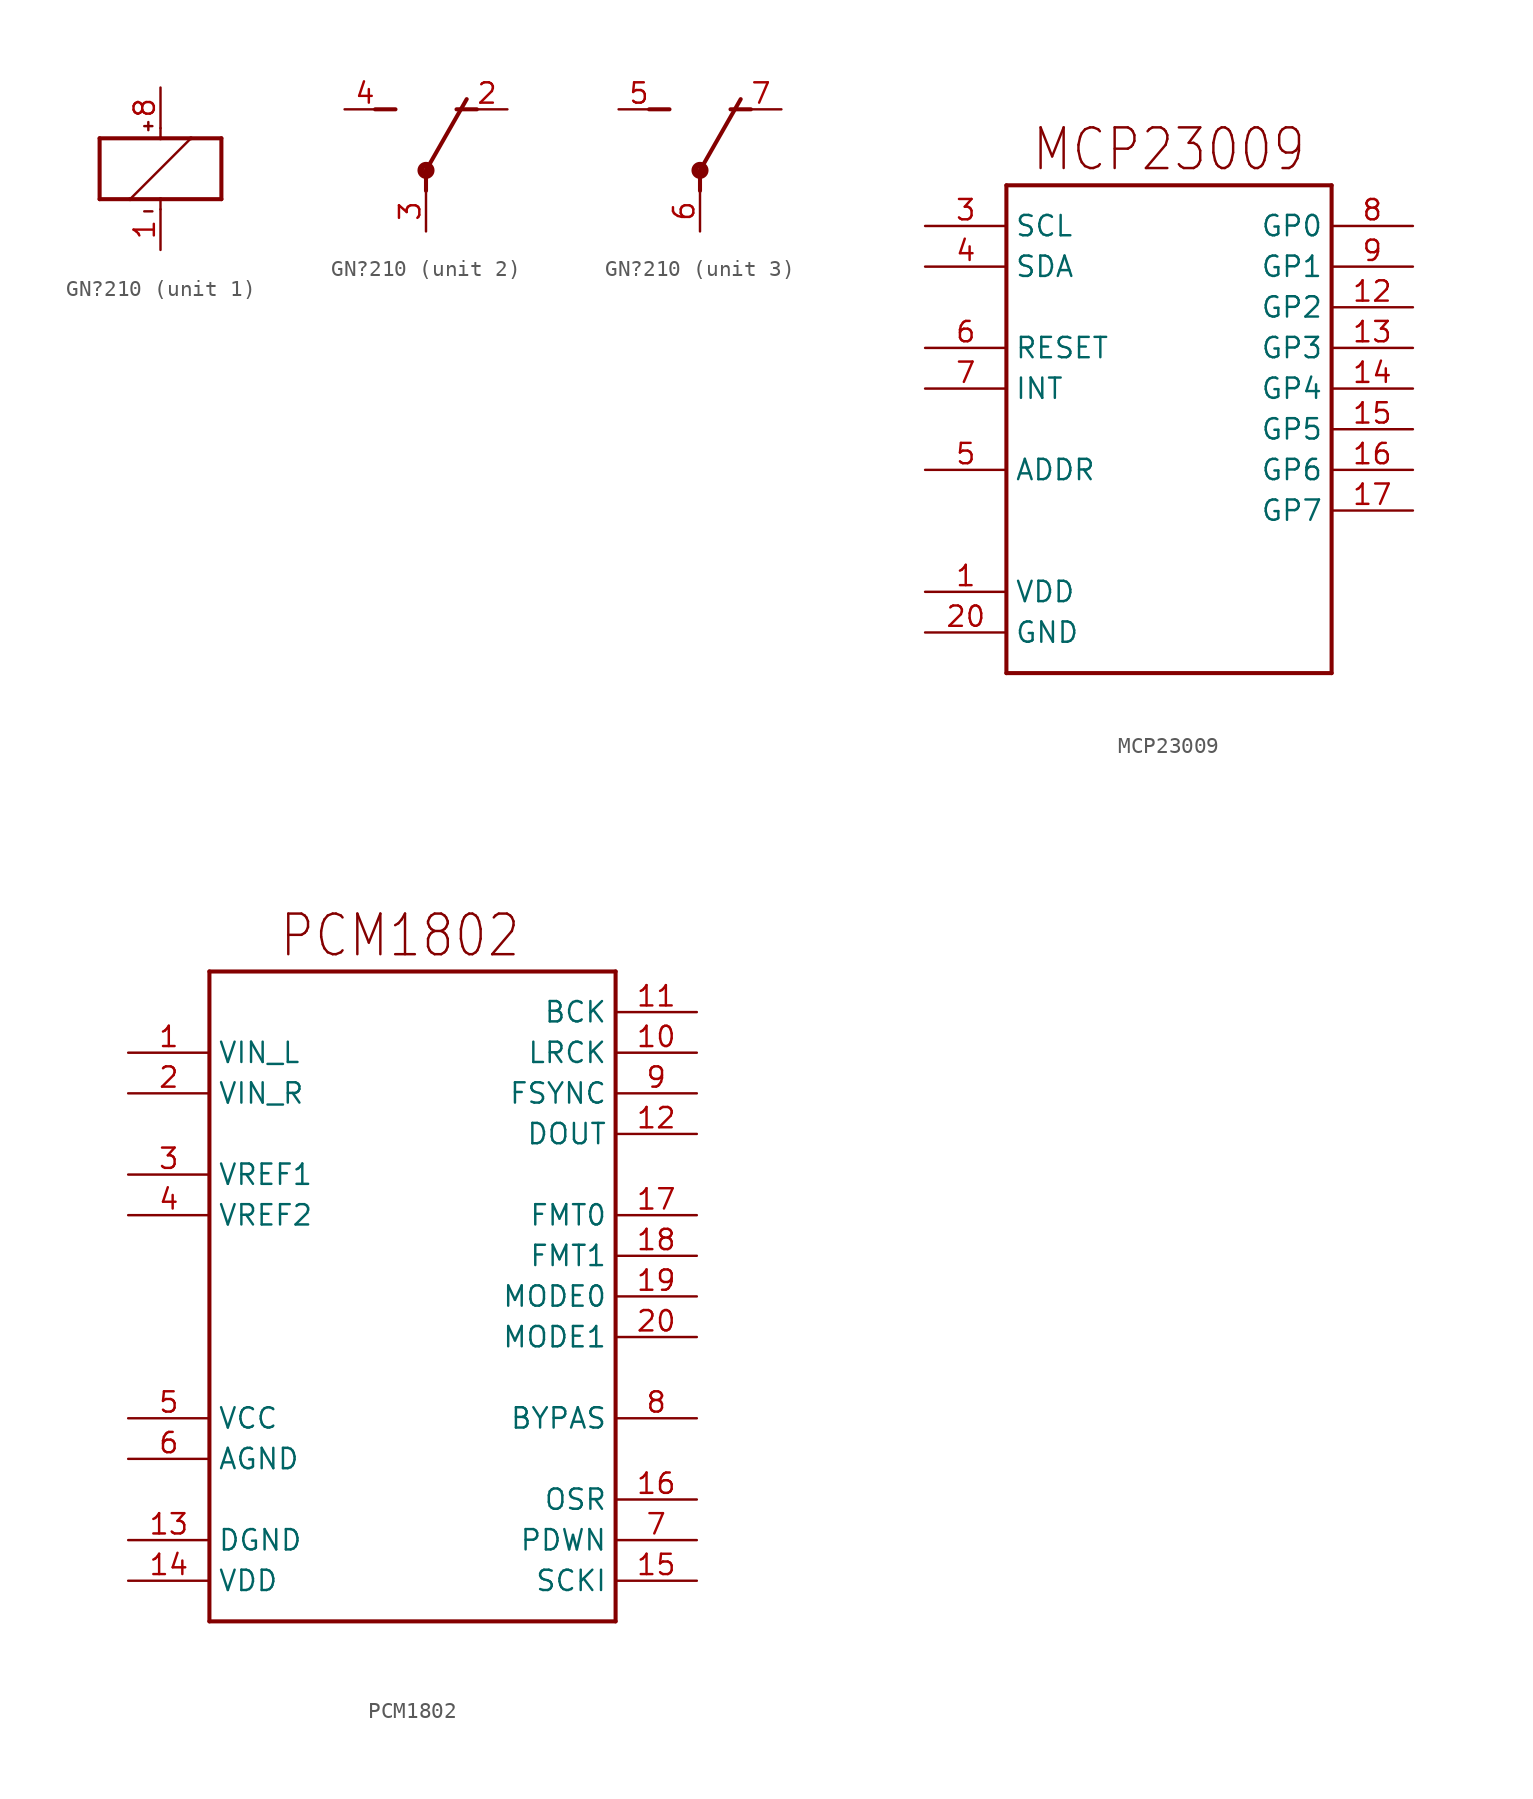
<source format=kicad_sym>
(kicad_symbol_lib
  (version 20231120)
  (generator "kicad_symbol_editor")
  (generator_version "8.0")
  (symbol "GN?210"
    (property "Reference" "K"
      (at 2.54 0 0)
      (effects (font (size 1.778 1.511)) (justify left bottom) (hide yes)))
    (property "ki_locked" ""
      (at 0 0 0)
      (effects (font (size 1.27 1.27))))
    (symbol "GN?210_1_0"
      (polyline (pts (xy -3.81 -1.905) (xy -1.905 -1.905)) (stroke (width 0.254) (type solid)) (fill (type none)))
      (polyline (pts (xy -3.81 1.905) (xy -3.81 -1.905)) (stroke (width 0.254) (type solid)) (fill (type none)))
      (polyline (pts (xy -1.905 -1.905) (xy 0 -1.905)) (stroke (width 0.254) (type solid)) (fill (type none)))
      (polyline (pts (xy -1.905 -1.905) (xy 1.905 1.905)) (stroke (width 0.152) (type solid)) (fill (type none)))
      (polyline (pts (xy -1.016 -2.667) (xy -0.508 -2.667)) (stroke (width 0.152) (type solid)) (fill (type none)))
      (polyline (pts (xy -1.016 2.667) (xy -0.508 2.667)) (stroke (width 0.152) (type solid)) (fill (type none)))
      (polyline (pts (xy -0.762 2.921) (xy -0.762 2.413)) (stroke (width 0.152) (type solid)) (fill (type none)))
      (polyline (pts (xy 0 -2.54) (xy 0 -1.905)) (stroke (width 0.152) (type solid)) (fill (type none)))
      (polyline (pts (xy 0 -1.905) (xy 3.81 -1.905)) (stroke (width 0.254) (type solid)) (fill (type none)))
      (polyline (pts (xy 0 1.905) (xy -3.81 1.905)) (stroke (width 0.254) (type solid)) (fill (type none)))
      (polyline (pts (xy 0 2.54) (xy 0 1.905)) (stroke (width 0.152) (type solid)) (fill (type none)))
      (polyline (pts (xy 1.905 1.905) (xy 0 1.905)) (stroke (width 0.254) (type solid)) (fill (type none)))
      (polyline (pts (xy 3.81 -1.905) (xy 3.81 1.905)) (stroke (width 0.254) (type solid)) (fill (type none)))
      (polyline (pts (xy 3.81 1.905) (xy 1.905 1.905)) (stroke (width 0.254) (type solid)) (fill (type none)))
      (pin passive line (at 0 -5.08 90) (length 2.54) (name "-" (effects (font (size 0 0)))) (number "1" (effects (font (size 1.27 1.27)))))
      (pin passive line (at 0 5.08 270) (length 2.54) (name "+" (effects (font (size 0 0)))) (number "8" (effects (font (size 1.27 1.27))))))
    (symbol "GN?210_2_0"
      (polyline (pts (xy -3.175 5.08) (xy -1.905 5.08)) (stroke (width 0.254) (type solid)) (fill (type none)))
      (polyline (pts (xy 0 1.27) (xy 0 0)) (stroke (width 0.254) (type solid)) (fill (type none)))
      (polyline (pts (xy 0 1.27) (xy 2.54 5.715)) (stroke (width 0.254) (type solid)) (fill (type none)))
      (polyline (pts (xy 3.175 5.08) (xy 1.905 5.08)) (stroke (width 0.254) (type solid)) (fill (type none)))
      (circle (center 0 1.27) (radius 0.127) (stroke (width 0.406) (type solid)) (fill (type none)))
      (pin passive line (at 5.08 5.08 180) (length 2.54) (name "O" (effects (font (size 0 0)))) (number "2" (effects (font (size 1.27 1.27)))))
      (pin passive line (at 0 -2.54 90) (length 2.54) (name "P" (effects (font (size 0 0)))) (number "3" (effects (font (size 1.27 1.27)))))
      (pin passive line (at -5.08 5.08 0) (length 2.54) (name "S" (effects (font (size 0 0)))) (number "4" (effects (font (size 1.27 1.27))))))
    (symbol "GN?210_3_0"
      (polyline (pts (xy -3.175 5.08) (xy -1.905 5.08)) (stroke (width 0.254) (type solid)) (fill (type none)))
      (polyline (pts (xy 0 1.27) (xy 0 0)) (stroke (width 0.254) (type solid)) (fill (type none)))
      (polyline (pts (xy 0 1.27) (xy 2.54 5.715)) (stroke (width 0.254) (type solid)) (fill (type none)))
      (polyline (pts (xy 3.175 5.08) (xy 1.905 5.08)) (stroke (width 0.254) (type solid)) (fill (type none)))
      (circle (center 0 1.27) (radius 0.127) (stroke (width 0.406) (type solid)) (fill (type none)))
      (pin passive line (at -5.08 5.08 0) (length 2.54) (name "S" (effects (font (size 0 0)))) (number "5" (effects (font (size 1.27 1.27)))))
      (pin passive line (at 0 -2.54 90) (length 2.54) (name "P" (effects (font (size 0 0)))) (number "6" (effects (font (size 1.27 1.27)))))
      (pin passive line (at 5.08 5.08 180) (length 2.54) (name "O" (effects (font (size 0 0)))) (number "7" (effects (font (size 1.27 1.27)))))))
  (symbol "MCP23009"
    (property "Reference" ""
      (at 0 0 0)
      (effects (font (size 1.27 1.27)) (hide yes)))
    (property "ki_locked" ""
      (at 0 0 0)
      (effects (font (size 1.27 1.27))))
    (symbol "MCP23009_1_0"
      (polyline (pts (xy -10.16 -15.24) (xy -10.16 15.24)) (stroke (width 0.254) (type solid)) (fill (type none)))
      (polyline (pts (xy -10.16 15.24) (xy 10.16 15.24)) (stroke (width 0.254) (type solid)) (fill (type none)))
      (polyline (pts (xy 10.16 -15.24) (xy -10.16 -15.24)) (stroke (width 0.254) (type solid)) (fill (type none)))
      (polyline (pts (xy 10.16 15.24) (xy 10.16 -15.24)) (stroke (width 0.254) (type solid)) (fill (type none)))
      (text "MCP23009" (at -8.636 16.002 0) (effects (font (size 2.54 2.159)) (justify left bottom)))
      (pin bidirectional line (at -15.24 -10.16 0) (length 5.08) (name "VDD" (effects (font (size 1.27 1.27)))) (number "1" (effects (font (size 1.27 1.27)))))
      (pin bidirectional line (at 15.24 7.62 180) (length 5.08) (name "GP2" (effects (font (size 1.27 1.27)))) (number "12" (effects (font (size 1.27 1.27)))))
      (pin bidirectional line (at 15.24 5.08 180) (length 5.08) (name "GP3" (effects (font (size 1.27 1.27)))) (number "13" (effects (font (size 1.27 1.27)))))
      (pin bidirectional line (at 15.24 2.54 180) (length 5.08) (name "GP4" (effects (font (size 1.27 1.27)))) (number "14" (effects (font (size 1.27 1.27)))))
      (pin bidirectional line (at 15.24 0 180) (length 5.08) (name "GP5" (effects (font (size 1.27 1.27)))) (number "15" (effects (font (size 1.27 1.27)))))
      (pin bidirectional line (at 15.24 -2.54 180) (length 5.08) (name "GP6" (effects (font (size 1.27 1.27)))) (number "16" (effects (font (size 1.27 1.27)))))
      (pin bidirectional line (at 15.24 -5.08 180) (length 5.08) (name "GP7" (effects (font (size 1.27 1.27)))) (number "17" (effects (font (size 1.27 1.27)))))
      (pin bidirectional line (at -15.24 -12.7 0) (length 5.08) (name "GND" (effects (font (size 1.27 1.27)))) (number "20" (effects (font (size 1.27 1.27)))))
      (pin bidirectional line (at -15.24 12.7 0) (length 5.08) (name "SCL" (effects (font (size 1.27 1.27)))) (number "3" (effects (font (size 1.27 1.27)))))
      (pin bidirectional line (at -15.24 10.16 0) (length 5.08) (name "SDA" (effects (font (size 1.27 1.27)))) (number "4" (effects (font (size 1.27 1.27)))))
      (pin bidirectional line (at -15.24 -2.54 0) (length 5.08) (name "ADDR" (effects (font (size 1.27 1.27)))) (number "5" (effects (font (size 1.27 1.27)))))
      (pin bidirectional line (at -15.24 5.08 0) (length 5.08) (name "RESET" (effects (font (size 1.27 1.27)))) (number "6" (effects (font (size 1.27 1.27)))))
      (pin bidirectional line (at -15.24 2.54 0) (length 5.08) (name "INT" (effects (font (size 1.27 1.27)))) (number "7" (effects (font (size 1.27 1.27)))))
      (pin bidirectional line (at 15.24 12.7 180) (length 5.08) (name "GP0" (effects (font (size 1.27 1.27)))) (number "8" (effects (font (size 1.27 1.27)))))
      (pin bidirectional line (at 15.24 10.16 180) (length 5.08) (name "GP1" (effects (font (size 1.27 1.27)))) (number "9" (effects (font (size 1.27 1.27)))))))
  (symbol "PCM1802"
    (property "Reference" ""
      (at 0 0 0)
      (effects (font (size 1.27 1.27)) (hide yes)))
    (property "ki_locked" ""
      (at 0 0 0)
      (effects (font (size 1.27 1.27))))
    (symbol "PCM1802_1_0"
      (polyline (pts (xy -12.7 -20.32) (xy -12.7 20.32)) (stroke (width 0.254) (type solid)) (fill (type none)))
      (polyline (pts (xy -12.7 20.32) (xy 12.7 20.32)) (stroke (width 0.254) (type solid)) (fill (type none)))
      (polyline (pts (xy 12.7 -20.32) (xy -12.7 -20.32)) (stroke (width 0.254) (type solid)) (fill (type none)))
      (polyline (pts (xy 12.7 20.32) (xy 12.7 -20.32)) (stroke (width 0.254) (type solid)) (fill (type none)))
      (text "PCM1802" (at -8.382 21.082 0) (effects (font (size 2.54 2.159)) (justify left bottom)))
      (pin bidirectional line (at -17.78 15.24 0) (length 5.08) (name "VIN_L" (effects (font (size 1.27 1.27)))) (number "1" (effects (font (size 1.27 1.27)))))
      (pin bidirectional line (at 17.78 15.24 180) (length 5.08) (name "LRCK" (effects (font (size 1.27 1.27)))) (number "10" (effects (font (size 1.27 1.27)))))
      (pin bidirectional line (at 17.78 17.78 180) (length 5.08) (name "BCK" (effects (font (size 1.27 1.27)))) (number "11" (effects (font (size 1.27 1.27)))))
      (pin bidirectional line (at 17.78 10.16 180) (length 5.08) (name "DOUT" (effects (font (size 1.27 1.27)))) (number "12" (effects (font (size 1.27 1.27)))))
      (pin bidirectional line (at -17.78 -15.24 0) (length 5.08) (name "DGND" (effects (font (size 1.27 1.27)))) (number "13" (effects (font (size 1.27 1.27)))))
      (pin bidirectional line (at -17.78 -17.78 0) (length 5.08) (name "VDD" (effects (font (size 1.27 1.27)))) (number "14" (effects (font (size 1.27 1.27)))))
      (pin bidirectional line (at 17.78 -17.78 180) (length 5.08) (name "SCKI" (effects (font (size 1.27 1.27)))) (number "15" (effects (font (size 1.27 1.27)))))
      (pin bidirectional line (at 17.78 -12.7 180) (length 5.08) (name "OSR" (effects (font (size 1.27 1.27)))) (number "16" (effects (font (size 1.27 1.27)))))
      (pin bidirectional line (at 17.78 5.08 180) (length 5.08) (name "FMT0" (effects (font (size 1.27 1.27)))) (number "17" (effects (font (size 1.27 1.27)))))
      (pin bidirectional line (at 17.78 2.54 180) (length 5.08) (name "FMT1" (effects (font (size 1.27 1.27)))) (number "18" (effects (font (size 1.27 1.27)))))
      (pin bidirectional line (at 17.78 0 180) (length 5.08) (name "MODE0" (effects (font (size 1.27 1.27)))) (number "19" (effects (font (size 1.27 1.27)))))
      (pin bidirectional line (at -17.78 12.7 0) (length 5.08) (name "VIN_R" (effects (font (size 1.27 1.27)))) (number "2" (effects (font (size 1.27 1.27)))))
      (pin bidirectional line (at 17.78 -2.54 180) (length 5.08) (name "MODE1" (effects (font (size 1.27 1.27)))) (number "20" (effects (font (size 1.27 1.27)))))
      (pin bidirectional line (at -17.78 7.62 0) (length 5.08) (name "VREF1" (effects (font (size 1.27 1.27)))) (number "3" (effects (font (size 1.27 1.27)))))
      (pin bidirectional line (at -17.78 5.08 0) (length 5.08) (name "VREF2" (effects (font (size 1.27 1.27)))) (number "4" (effects (font (size 1.27 1.27)))))
      (pin bidirectional line (at -17.78 -7.62 0) (length 5.08) (name "VCC" (effects (font (size 1.27 1.27)))) (number "5" (effects (font (size 1.27 1.27)))))
      (pin bidirectional line (at -17.78 -10.16 0) (length 5.08) (name "AGND" (effects (font (size 1.27 1.27)))) (number "6" (effects (font (size 1.27 1.27)))))
      (pin bidirectional line (at 17.78 -15.24 180) (length 5.08) (name "PDWN" (effects (font (size 1.27 1.27)))) (number "7" (effects (font (size 1.27 1.27)))))
      (pin bidirectional line (at 17.78 -7.62 180) (length 5.08) (name "BYPAS" (effects (font (size 1.27 1.27)))) (number "8" (effects (font (size 1.27 1.27)))))
      (pin bidirectional line (at 17.78 12.7 180) (length 5.08) (name "FSYNC" (effects (font (size 1.27 1.27)))) (number "9" (effects (font (size 1.27 1.27))))))))
</source>
